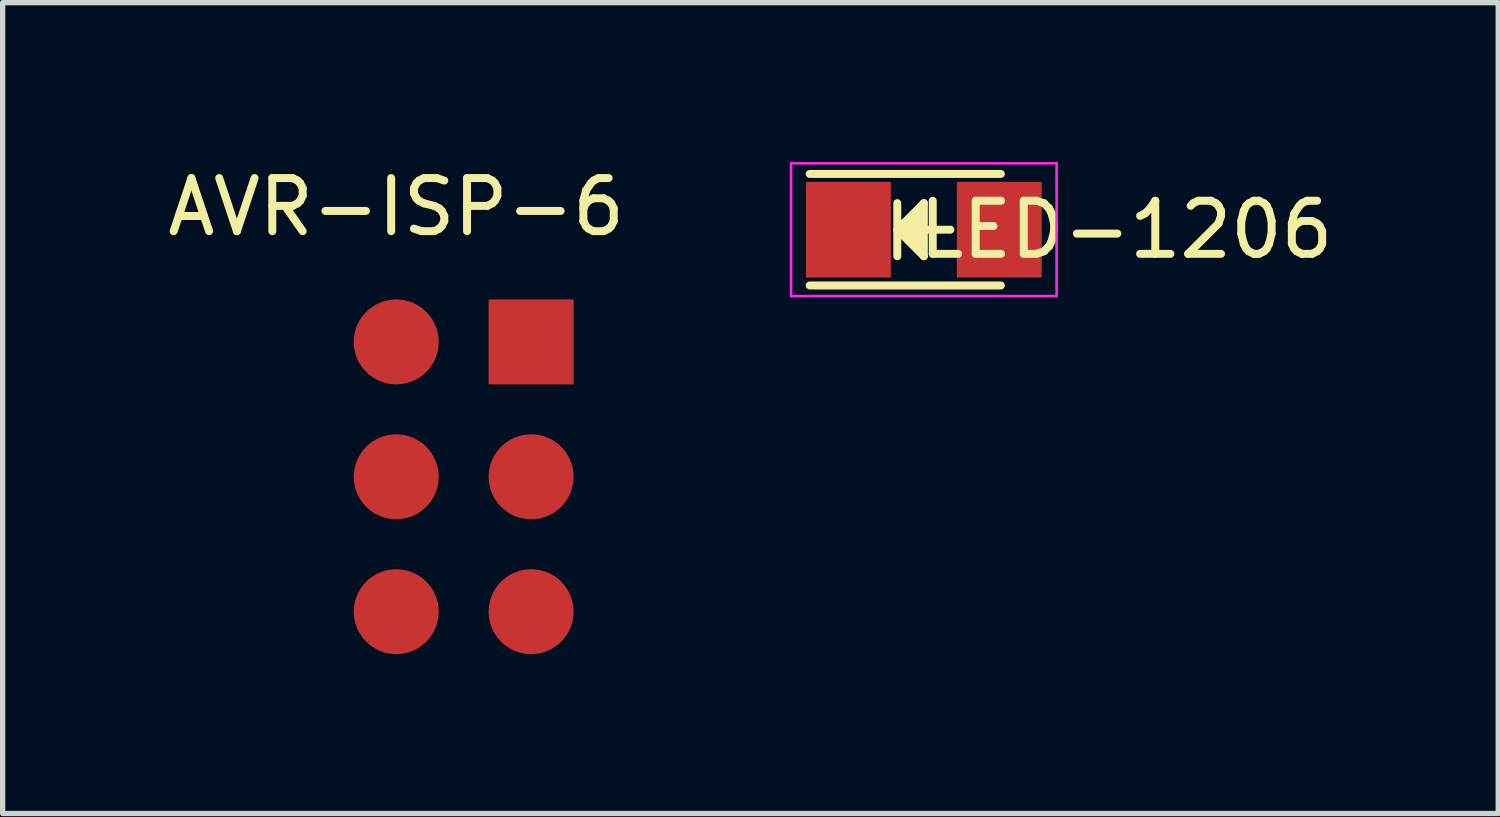
<source format=kicad_pcb>
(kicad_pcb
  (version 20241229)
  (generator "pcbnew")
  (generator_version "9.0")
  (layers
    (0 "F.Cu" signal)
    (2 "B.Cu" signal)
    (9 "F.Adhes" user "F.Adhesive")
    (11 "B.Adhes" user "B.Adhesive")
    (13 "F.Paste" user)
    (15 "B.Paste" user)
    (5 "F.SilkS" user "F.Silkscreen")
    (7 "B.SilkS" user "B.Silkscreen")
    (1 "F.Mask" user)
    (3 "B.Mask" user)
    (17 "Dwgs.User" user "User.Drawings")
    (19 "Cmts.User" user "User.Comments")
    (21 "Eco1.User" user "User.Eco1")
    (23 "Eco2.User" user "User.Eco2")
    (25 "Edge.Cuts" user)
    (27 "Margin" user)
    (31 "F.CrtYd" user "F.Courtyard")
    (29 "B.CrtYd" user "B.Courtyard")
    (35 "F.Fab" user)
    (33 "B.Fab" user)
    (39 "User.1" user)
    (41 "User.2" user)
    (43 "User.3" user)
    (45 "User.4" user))
  (footprint "LED-1206"
    (layer "F.Cu")
    (at 14.346 1.275)
    (property "Reference" "LED-1206" (at 3.81 0 0) (layer "F.SilkS") (effects (font (size 1 1) (thickness 0.15))))
    (attr smd)
    (fp_line (start -2.15 -1.05) (end 1.45 -1.05) (stroke (width 0.15) (type solid)) (layer "F.SilkS"))
    (fp_line (start -2.15 1.05) (end 1.45 1.05) (stroke (width 0.15) (type solid)) (layer "F.SilkS"))
    (fp_line (start -0.5 -0.5) (end -0.5 0.5) (stroke (width 0.15) (type solid)) (layer "F.SilkS"))
    (fp_line (start -0.5 0) (end 0 -0.5) (stroke (width 0.15) (type solid)) (layer "F.SilkS"))
    (fp_line (start -0.4 0) (end -0.2 -0.2) (stroke (width 0.15) (type solid)) (layer "F.SilkS"))
    (fp_line (start -0.2 -0.2) (end -0.2 0.05) (stroke (width 0.15) (type solid)) (layer "F.SilkS"))
    (fp_line (start -0.2 0.05) (end -0.25 0) (stroke (width 0.15) (type solid)) (layer "F.SilkS"))
    (fp_line (start -0.1 -0.3) (end -0.1 0.3) (stroke (width 0.15) (type solid)) (layer "F.SilkS"))
    (fp_line (start -0.1 0.3) (end -0.4 0) (stroke (width 0.15) (type solid)) (layer "F.SilkS"))
    (fp_line (start 0 -0.5) (end 0 0.5) (stroke (width 0.15) (type solid)) (layer "F.SilkS"))
    (fp_line (start 0 0) (end 0.5 0) (stroke (width 0.15) (type solid)) (layer "F.SilkS"))
    (fp_line (start 0 0.5) (end -0.5 0) (stroke (width 0.15) (type solid)) (layer "F.SilkS"))
    (fp_line (start -2.5 -1.25) (end -2.5 1.25) (stroke (width 0.05) (type solid)) (layer "F.CrtYd"))
    (fp_line (start -2.5 1.25) (end 2.5 1.25) (stroke (width 0.05) (type solid)) (layer "F.CrtYd"))
    (fp_line (start 2.5 -1.25) (end -2.5 -1.25) (stroke (width 0.05) (type solid)) (layer "F.CrtYd"))
    (fp_line (start 2.5 1.25) (end 2.5 -1.25) (stroke (width 0.05) (type solid)) (layer "F.CrtYd"))
    (pad "1" smd rect (at -1.42 0 180) (size 1.598 1.801) (layers "F.Cu" "F.Mask" "F.Paste"))
    (pad "2" smd rect (at 1.42 0 180) (size 1.598 1.801) (layers "F.Cu" "F.Mask" "F.Paste")))
  (footprint "AVR-ISP-6"
    (layer "F.Cu")
    (at 4.411 3.388)
    (property "Reference" "AVR-ISP-6" (at 0 -2.54 0) (layer "F.SilkS") (effects (font (size 1 1) (thickness 0.15))))
    (attr through_hole)
    (pad "1" smd oval (at 0 0) (size 1.6 1.6) (layers "F.Cu" "F.Mask" "F.Paste"))
    (pad "2" smd rect (at 2.54 0) (size 1.6 1.6) (layers "F.Cu" "F.Mask" "F.Paste"))
    (pad "3" smd oval (at 0 2.54) (size 1.6 1.6) (layers "F.Cu" "F.Mask" "F.Paste"))
    (pad "4" smd oval (at 2.54 2.54) (size 1.6 1.6) (layers "F.Cu" "F.Mask" "F.Paste"))
    (pad "5" smd oval (at 0 5.08) (size 1.6 1.6) (layers "F.Cu" "F.Mask" "F.Paste"))
    (pad "6" smd oval (at 2.54 5.08) (size 1.6 1.6) (layers "F.Cu" "F.Mask" "F.Paste")))
  (gr_rect
    (start -3 -3)
    (end 25.162 12.268)
    (stroke (width 0.1) (type default))
    (fill no)
    (layer "Edge.Cuts")))
</source>
